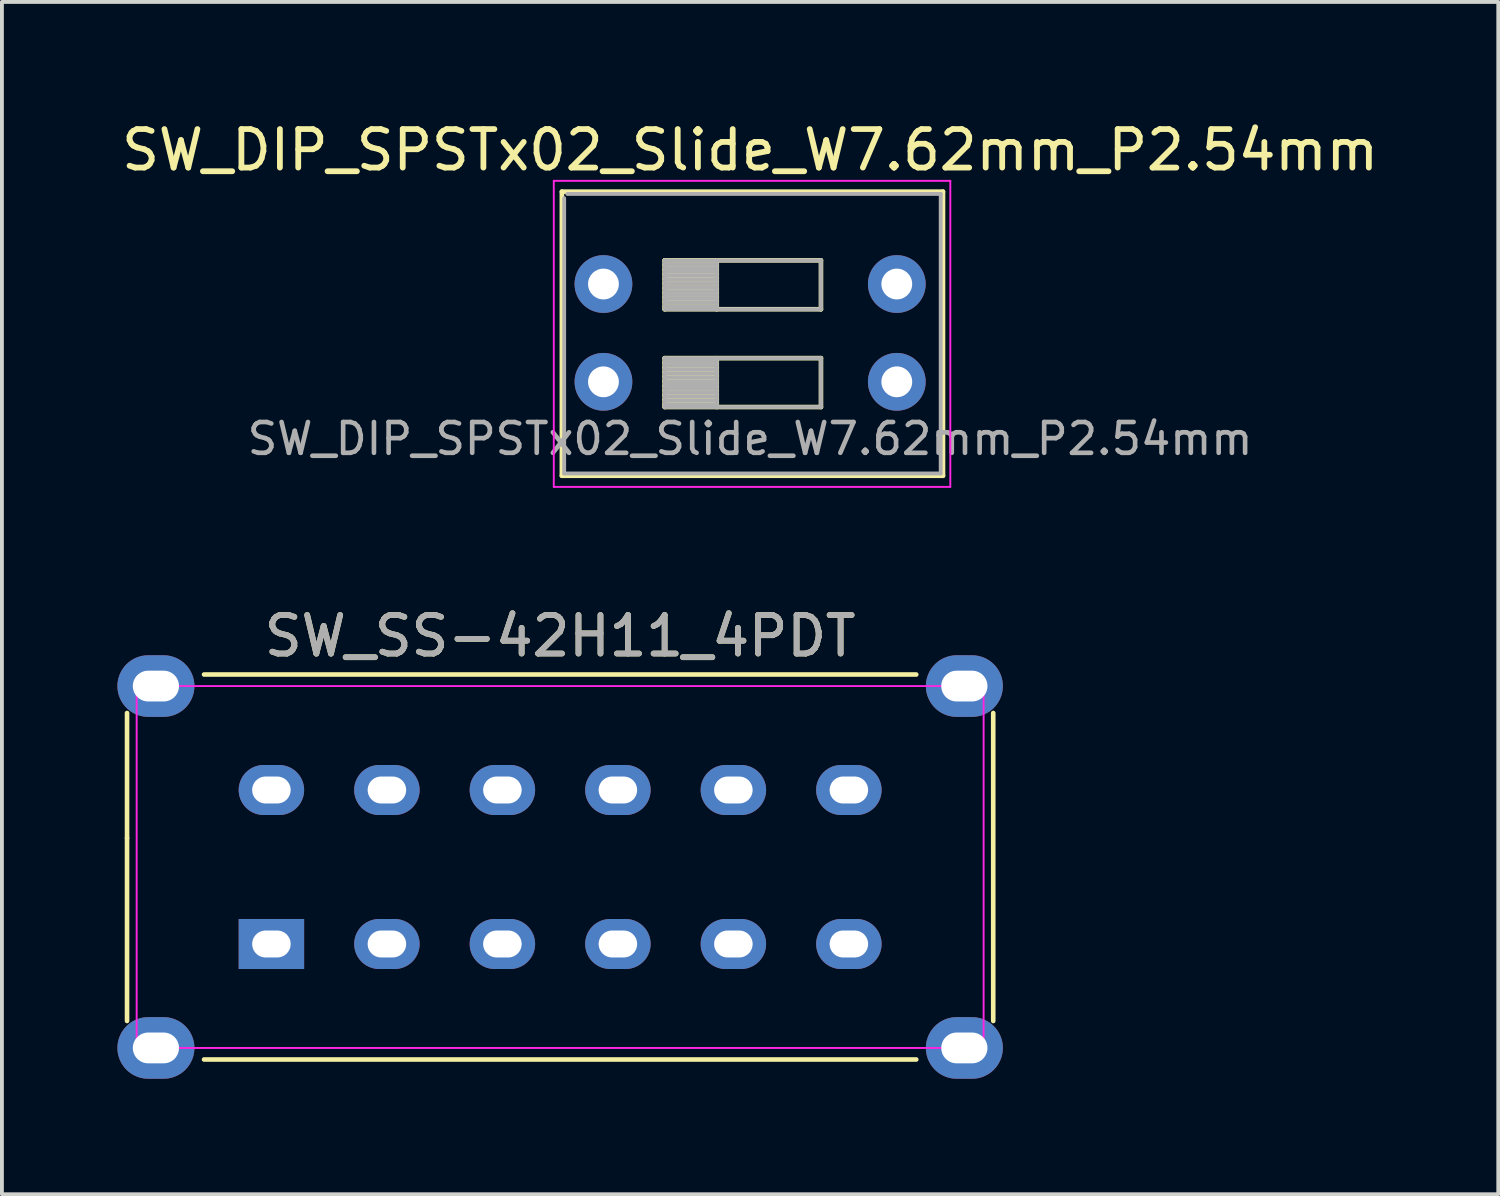
<source format=kicad_pcb>
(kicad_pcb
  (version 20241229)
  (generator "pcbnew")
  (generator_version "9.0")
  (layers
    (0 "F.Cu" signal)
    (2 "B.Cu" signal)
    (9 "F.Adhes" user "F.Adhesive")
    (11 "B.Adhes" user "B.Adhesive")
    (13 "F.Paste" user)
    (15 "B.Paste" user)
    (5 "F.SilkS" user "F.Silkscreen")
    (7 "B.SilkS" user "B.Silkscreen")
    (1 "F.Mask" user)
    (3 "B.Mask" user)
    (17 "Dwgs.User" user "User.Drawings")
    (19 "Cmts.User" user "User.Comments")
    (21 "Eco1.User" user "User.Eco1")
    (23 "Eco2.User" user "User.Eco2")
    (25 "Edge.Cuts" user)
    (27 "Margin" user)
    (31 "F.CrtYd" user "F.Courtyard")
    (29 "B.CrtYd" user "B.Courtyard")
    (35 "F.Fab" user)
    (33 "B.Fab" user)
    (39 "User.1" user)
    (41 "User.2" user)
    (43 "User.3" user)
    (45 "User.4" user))
  (footprint "SW_DIP_SPSTx02_Slide_W7.62mm_P2.54mm"
    (layer "F.Cu")
    (at 16.435 5.598)
    (property "Reference" "SW_DIP_SPSTx02_Slide_W7.62mm_P2.54mm" (at 0 -4.75 0) (layer "F.SilkS") (effects (font (size 1 1) (thickness 0.15))))
    (attr through_hole)
    (fp_line (start -4.89 -3.67) (end -4.89 3.71) (stroke (width 0.12) (type solid)) (layer "F.SilkS"))
    (fp_line (start -4.89 -3.67) (end 5.01 -3.67) (stroke (width 0.12) (type solid)) (layer "F.SilkS"))
    (fp_line (start -4.89 3.71) (end 5.01 3.71) (stroke (width 0.12) (type solid)) (layer "F.SilkS"))
    (fp_line (start -2.22 -1.885) (end -2.22 -0.615) (stroke (width 0.12) (type solid)) (layer "F.SilkS"))
    (fp_line (start -2.22 -1.765) (end -0.867 -1.765) (stroke (width 0.12) (type solid)) (layer "F.SilkS"))
    (fp_line (start -2.22 -1.645) (end -0.867 -1.645) (stroke (width 0.12) (type solid)) (layer "F.SilkS"))
    (fp_line (start -2.22 -1.525) (end -0.867 -1.525) (stroke (width 0.12) (type solid)) (layer "F.SilkS"))
    (fp_line (start -2.22 -1.405) (end -0.867 -1.405) (stroke (width 0.12) (type solid)) (layer "F.SilkS"))
    (fp_line (start -2.22 -1.285) (end -0.867 -1.285) (stroke (width 0.12) (type solid)) (layer "F.SilkS"))
    (fp_line (start -2.22 -1.165) (end -0.867 -1.165) (stroke (width 0.12) (type solid)) (layer "F.SilkS"))
    (fp_line (start -2.22 -1.045) (end -0.867 -1.045) (stroke (width 0.12) (type solid)) (layer "F.SilkS"))
    (fp_line (start -2.22 -0.925) (end -0.867 -0.925) (stroke (width 0.12) (type solid)) (layer "F.SilkS"))
    (fp_line (start -2.22 -0.805) (end -0.867 -0.805) (stroke (width 0.12) (type solid)) (layer "F.SilkS"))
    (fp_line (start -2.22 -0.685) (end -0.867 -0.685) (stroke (width 0.12) (type solid)) (layer "F.SilkS"))
    (fp_line (start -2.22 -0.615) (end 1.84 -0.615) (stroke (width 0.12) (type solid)) (layer "F.SilkS"))
    (fp_line (start -2.22 0.655) (end -2.22 1.925) (stroke (width 0.12) (type solid)) (layer "F.SilkS"))
    (fp_line (start -2.22 0.775) (end -0.867 0.775) (stroke (width 0.12) (type solid)) (layer "F.SilkS"))
    (fp_line (start -2.22 0.895) (end -0.867 0.895) (stroke (width 0.12) (type solid)) (layer "F.SilkS"))
    (fp_line (start -2.22 1.015) (end -0.867 1.015) (stroke (width 0.12) (type solid)) (layer "F.SilkS"))
    (fp_line (start -2.22 1.135) (end -0.867 1.135) (stroke (width 0.12) (type solid)) (layer "F.SilkS"))
    (fp_line (start -2.22 1.255) (end -0.867 1.255) (stroke (width 0.12) (type solid)) (layer "F.SilkS"))
    (fp_line (start -2.22 1.375) (end -0.867 1.375) (stroke (width 0.12) (type solid)) (layer "F.SilkS"))
    (fp_line (start -2.22 1.495) (end -0.867 1.495) (stroke (width 0.12) (type solid)) (layer "F.SilkS"))
    (fp_line (start -2.22 1.615) (end -0.867 1.615) (stroke (width 0.12) (type solid)) (layer "F.SilkS"))
    (fp_line (start -2.22 1.735) (end -0.867 1.735) (stroke (width 0.12) (type solid)) (layer "F.SilkS"))
    (fp_line (start -2.22 1.855) (end -0.867 1.855) (stroke (width 0.12) (type solid)) (layer "F.SilkS"))
    (fp_line (start -2.22 1.925) (end 1.84 1.925) (stroke (width 0.12) (type solid)) (layer "F.SilkS"))
    (fp_line (start -0.867 -1.885) (end -0.867 -0.615) (stroke (width 0.12) (type solid)) (layer "F.SilkS"))
    (fp_line (start -0.867 0.655) (end -0.867 1.925) (stroke (width 0.12) (type solid)) (layer "F.SilkS"))
    (fp_line (start 1.84 -1.885) (end -2.22 -1.885) (stroke (width 0.12) (type solid)) (layer "F.SilkS"))
    (fp_line (start 1.84 -0.615) (end 1.84 -1.885) (stroke (width 0.12) (type solid)) (layer "F.SilkS"))
    (fp_line (start 1.84 0.655) (end -2.22 0.655) (stroke (width 0.12) (type solid)) (layer "F.SilkS"))
    (fp_line (start 1.84 1.925) (end 1.84 0.655) (stroke (width 0.12) (type solid)) (layer "F.SilkS"))
    (fp_line (start 5.01 -3.67) (end 5.01 3.71) (stroke (width 0.12) (type solid)) (layer "F.SilkS"))
    (fp_line (start -5.1 -3.95) (end -5.1 4) (stroke (width 0.05) (type solid)) (layer "F.CrtYd"))
    (fp_line (start -5.1 4) (end 5.2 4) (stroke (width 0.05) (type solid)) (layer "F.CrtYd"))
    (fp_line (start 5.2 -3.95) (end -5.1 -3.95) (stroke (width 0.05) (type solid)) (layer "F.CrtYd"))
    (fp_line (start 5.2 4) (end 5.2 -3.95) (stroke (width 0.05) (type solid)) (layer "F.CrtYd"))
    (fp_line (start -4.83 3.65) (end -4.83 -3.5) (stroke (width 0.1) (type solid)) (layer "F.Fab"))
    (fp_line (start -4.75 -3.61) (end 4.95 -3.61) (stroke (width 0.1) (type solid)) (layer "F.Fab"))
    (fp_line (start -2.22 -1.885) (end -2.22 -0.615) (stroke (width 0.1) (type solid)) (layer "F.Fab"))
    (fp_line (start -2.22 -1.785) (end -0.867 -1.785) (stroke (width 0.1) (type solid)) (layer "F.Fab"))
    (fp_line (start -2.22 -1.685) (end -0.867 -1.685) (stroke (width 0.1) (type solid)) (layer "F.Fab"))
    (fp_line (start -2.22 -1.585) (end -0.867 -1.585) (stroke (width 0.1) (type solid)) (layer "F.Fab"))
    (fp_line (start -2.22 -1.485) (end -0.867 -1.485) (stroke (width 0.1) (type solid)) (layer "F.Fab"))
    (fp_line (start -2.22 -1.385) (end -0.867 -1.385) (stroke (width 0.1) (type solid)) (layer "F.Fab"))
    (fp_line (start -2.22 -1.285) (end -0.867 -1.285) (stroke (width 0.1) (type solid)) (layer "F.Fab"))
    (fp_line (start -2.22 -1.185) (end -0.867 -1.185) (stroke (width 0.1) (type solid)) (layer "F.Fab"))
    (fp_line (start -2.22 -1.085) (end -0.867 -1.085) (stroke (width 0.1) (type solid)) (layer "F.Fab"))
    (fp_line (start -2.22 -0.985) (end -0.867 -0.985) (stroke (width 0.1) (type solid)) (layer "F.Fab"))
    (fp_line (start -2.22 -0.885) (end -0.867 -0.885) (stroke (width 0.1) (type solid)) (layer "F.Fab"))
    (fp_line (start -2.22 -0.785) (end -0.867 -0.785) (stroke (width 0.1) (type solid)) (layer "F.Fab"))
    (fp_line (start -2.22 -0.685) (end -0.867 -0.685) (stroke (width 0.1) (type solid)) (layer "F.Fab"))
    (fp_line (start -2.22 -0.615) (end 1.84 -0.615) (stroke (width 0.1) (type solid)) (layer "F.Fab"))
    (fp_line (start -2.22 0.655) (end -2.22 1.925) (stroke (width 0.1) (type solid)) (layer "F.Fab"))
    (fp_line (start -2.22 0.755) (end -0.867 0.755) (stroke (width 0.1) (type solid)) (layer "F.Fab"))
    (fp_line (start -2.22 0.855) (end -0.867 0.855) (stroke (width 0.1) (type solid)) (layer "F.Fab"))
    (fp_line (start -2.22 0.955) (end -0.867 0.955) (stroke (width 0.1) (type solid)) (layer "F.Fab"))
    (fp_line (start -2.22 1.055) (end -0.867 1.055) (stroke (width 0.1) (type solid)) (layer "F.Fab"))
    (fp_line (start -2.22 1.155) (end -0.867 1.155) (stroke (width 0.1) (type solid)) (layer "F.Fab"))
    (fp_line (start -2.22 1.255) (end -0.867 1.255) (stroke (width 0.1) (type solid)) (layer "F.Fab"))
    (fp_line (start -2.22 1.355) (end -0.867 1.355) (stroke (width 0.1) (type solid)) (layer "F.Fab"))
    (fp_line (start -2.22 1.455) (end -0.867 1.455) (stroke (width 0.1) (type solid)) (layer "F.Fab"))
    (fp_line (start -2.22 1.555) (end -0.867 1.555) (stroke (width 0.1) (type solid)) (layer "F.Fab"))
    (fp_line (start -2.22 1.655) (end -0.867 1.655) (stroke (width 0.1) (type solid)) (layer "F.Fab"))
    (fp_line (start -2.22 1.755) (end -0.867 1.755) (stroke (width 0.1) (type solid)) (layer "F.Fab"))
    (fp_line (start -2.22 1.855) (end -0.867 1.855) (stroke (width 0.1) (type solid)) (layer "F.Fab"))
    (fp_line (start -2.22 1.925) (end 1.84 1.925) (stroke (width 0.1) (type solid)) (layer "F.Fab"))
    (fp_line (start -0.867 -1.885) (end -0.867 -0.615) (stroke (width 0.1) (type solid)) (layer "F.Fab"))
    (fp_line (start -0.867 0.655) (end -0.867 1.925) (stroke (width 0.1) (type solid)) (layer "F.Fab"))
    (fp_line (start 1.84 -1.885) (end -2.22 -1.885) (stroke (width 0.1) (type solid)) (layer "F.Fab"))
    (fp_line (start 1.84 -0.615) (end 1.84 -1.885) (stroke (width 0.1) (type solid)) (layer "F.Fab"))
    (fp_line (start 1.84 0.655) (end -2.22 0.655) (stroke (width 0.1) (type solid)) (layer "F.Fab"))
    (fp_line (start 1.84 1.925) (end 1.84 0.655) (stroke (width 0.1) (type solid)) (layer "F.Fab"))
    (fp_line (start 4.95 -3.61) (end 4.95 3.65) (stroke (width 0.1) (type solid)) (layer "F.Fab"))
    (fp_line (start 4.95 3.65) (end -4.83 3.65) (stroke (width 0.1) (type solid)) (layer "F.Fab"))
    (fp_text user "${REFERENCE}" (at 0 2.75 0) (layer "F.Fab") (effects (font (size 0.8 0.8) (thickness 0.12))))
    (pad "1" thru_hole circle (at -3.81 1.27) (size 1.5 1.5) (drill 0.8) (layers "*.Cu" "*.Mask"))
    (pad "2" thru_hole circle (at -3.81 -1.27) (size 1.5 1.5) (drill 0.8) (layers "*.Cu" "*.Mask"))
    (pad "3" thru_hole circle (at 3.81 1.27) (size 1.5 1.5) (drill 0.8) (layers "*.Cu" "*.Mask"))
    (pad "4" thru_hole circle (at 3.81 -1.27) (size 1.5 1.5) (drill 0.8) (layers "*.Cu" "*.Mask")))
  (footprint "SW_SS-42H11_4PDT"
    (layer "F.Cu")
    (at 11.5 19.471)
    (property "Reference" "SW_SS-42H11_4PDT" (at 0 -6 0) (layer "F.SilkS") (effects (font (size 1 1) (thickness 0.15))))
    (attr through_hole)
    (fp_line (start -11.25 -0.75) (end -11.25 -4) (stroke (width 0.12) (type solid)) (layer "F.SilkS"))
    (fp_line (start -11.25 4) (end -11.25 -0.75) (stroke (width 0.12) (type solid)) (layer "F.SilkS"))
    (fp_line (start -9.25 -5) (end 9.25 -5) (stroke (width 0.12) (type solid)) (layer "F.SilkS"))
    (fp_line (start 9.25 5) (end -9.25 5) (stroke (width 0.12) (type solid)) (layer "F.SilkS"))
    (fp_line (start 11.25 -4) (end 11.25 4) (stroke (width 0.12) (type solid)) (layer "F.SilkS"))
    (fp_line (start -11 -4.7) (end 11 -4.7) (stroke (width 0.05) (type solid)) (layer "F.CrtYd"))
    (fp_line (start -11 4.7) (end -11 -4.7) (stroke (width 0.05) (type solid)) (layer "F.CrtYd"))
    (fp_line (start 11 -4.7) (end 11 4.7) (stroke (width 0.05) (type solid)) (layer "F.CrtYd"))
    (fp_line (start 11 4.7) (end -11 4.7) (stroke (width 0.05) (type solid)) (layer "F.CrtYd"))
    (fp_text user "${REFERENCE}" (at 0 -6 0) (layer "F.Fab") (effects (font (size 1 1) (thickness 0.15))))
    (pad "1" thru_hole rect (at -7.5 2) (size 1.7 1.3) (drill oval 1 0.7) (layers "*.Cu" "*.Mask"))
    (pad "2" thru_hole oval (at -4.5 2) (size 1.7 1.3) (drill oval 1 0.7) (layers "*.Cu" "*.Mask"))
    (pad "3" thru_hole oval (at -1.5 2) (size 1.7 1.3) (drill oval 1 0.7) (layers "*.Cu" "*.Mask"))
    (pad "4" thru_hole oval (at 1.5 2) (size 1.7 1.3) (drill oval 1 0.7) (layers "*.Cu" "*.Mask"))
    (pad "5" thru_hole oval (at 4.5 2) (size 1.7 1.3) (drill oval 1 0.7) (layers "*.Cu" "*.Mask"))
    (pad "6" thru_hole oval (at 7.5 2) (size 1.7 1.3) (drill oval 1 0.7) (layers "*.Cu" "*.Mask"))
    (pad "7" thru_hole oval (at -7.5 -2) (size 1.7 1.3) (drill oval 1 0.7) (layers "*.Cu" "*.Mask"))
    (pad "8" thru_hole oval (at -4.5 -2) (size 1.7 1.3) (drill oval 1 0.7) (layers "*.Cu" "*.Mask"))
    (pad "9" thru_hole oval (at -1.5 -2) (size 1.7 1.3) (drill oval 1 0.7) (layers "*.Cu" "*.Mask"))
    (pad "10" thru_hole oval (at 1.5 -2) (size 1.7 1.3) (drill oval 1 0.7) (layers "*.Cu" "*.Mask"))
    (pad "11" thru_hole oval (at 4.5 -2) (size 1.7 1.3) (drill oval 1 0.7) (layers "*.Cu" "*.Mask"))
    (pad "12" thru_hole oval (at 7.5 -2) (size 1.7 1.3) (drill oval 1 0.7) (layers "*.Cu" "*.Mask"))
    (pad "13" thru_hole oval (at -10.5 -4.7) (size 2 1.6) (drill oval 1.2 0.8) (layers "*.Cu" "*.Mask"))
    (pad "13" thru_hole oval (at -10.5 4.7) (size 2 1.6) (drill oval 1.2 0.8) (layers "*.Cu" "*.Mask"))
    (pad "13" thru_hole oval (at 10.5 -4.7) (size 2 1.6) (drill oval 1.2 0.8) (layers "*.Cu" "*.Mask"))
    (pad "13" thru_hole oval (at 10.5 4.7) (size 2 1.6) (drill oval 1.2 0.8) (layers "*.Cu" "*.Mask")))
  (gr_rect
    (start -3 -3)
    (end 35.869 27.971)
    (stroke (width 0.1) (type default))
    (fill no)
    (layer "Edge.Cuts")))
</source>
